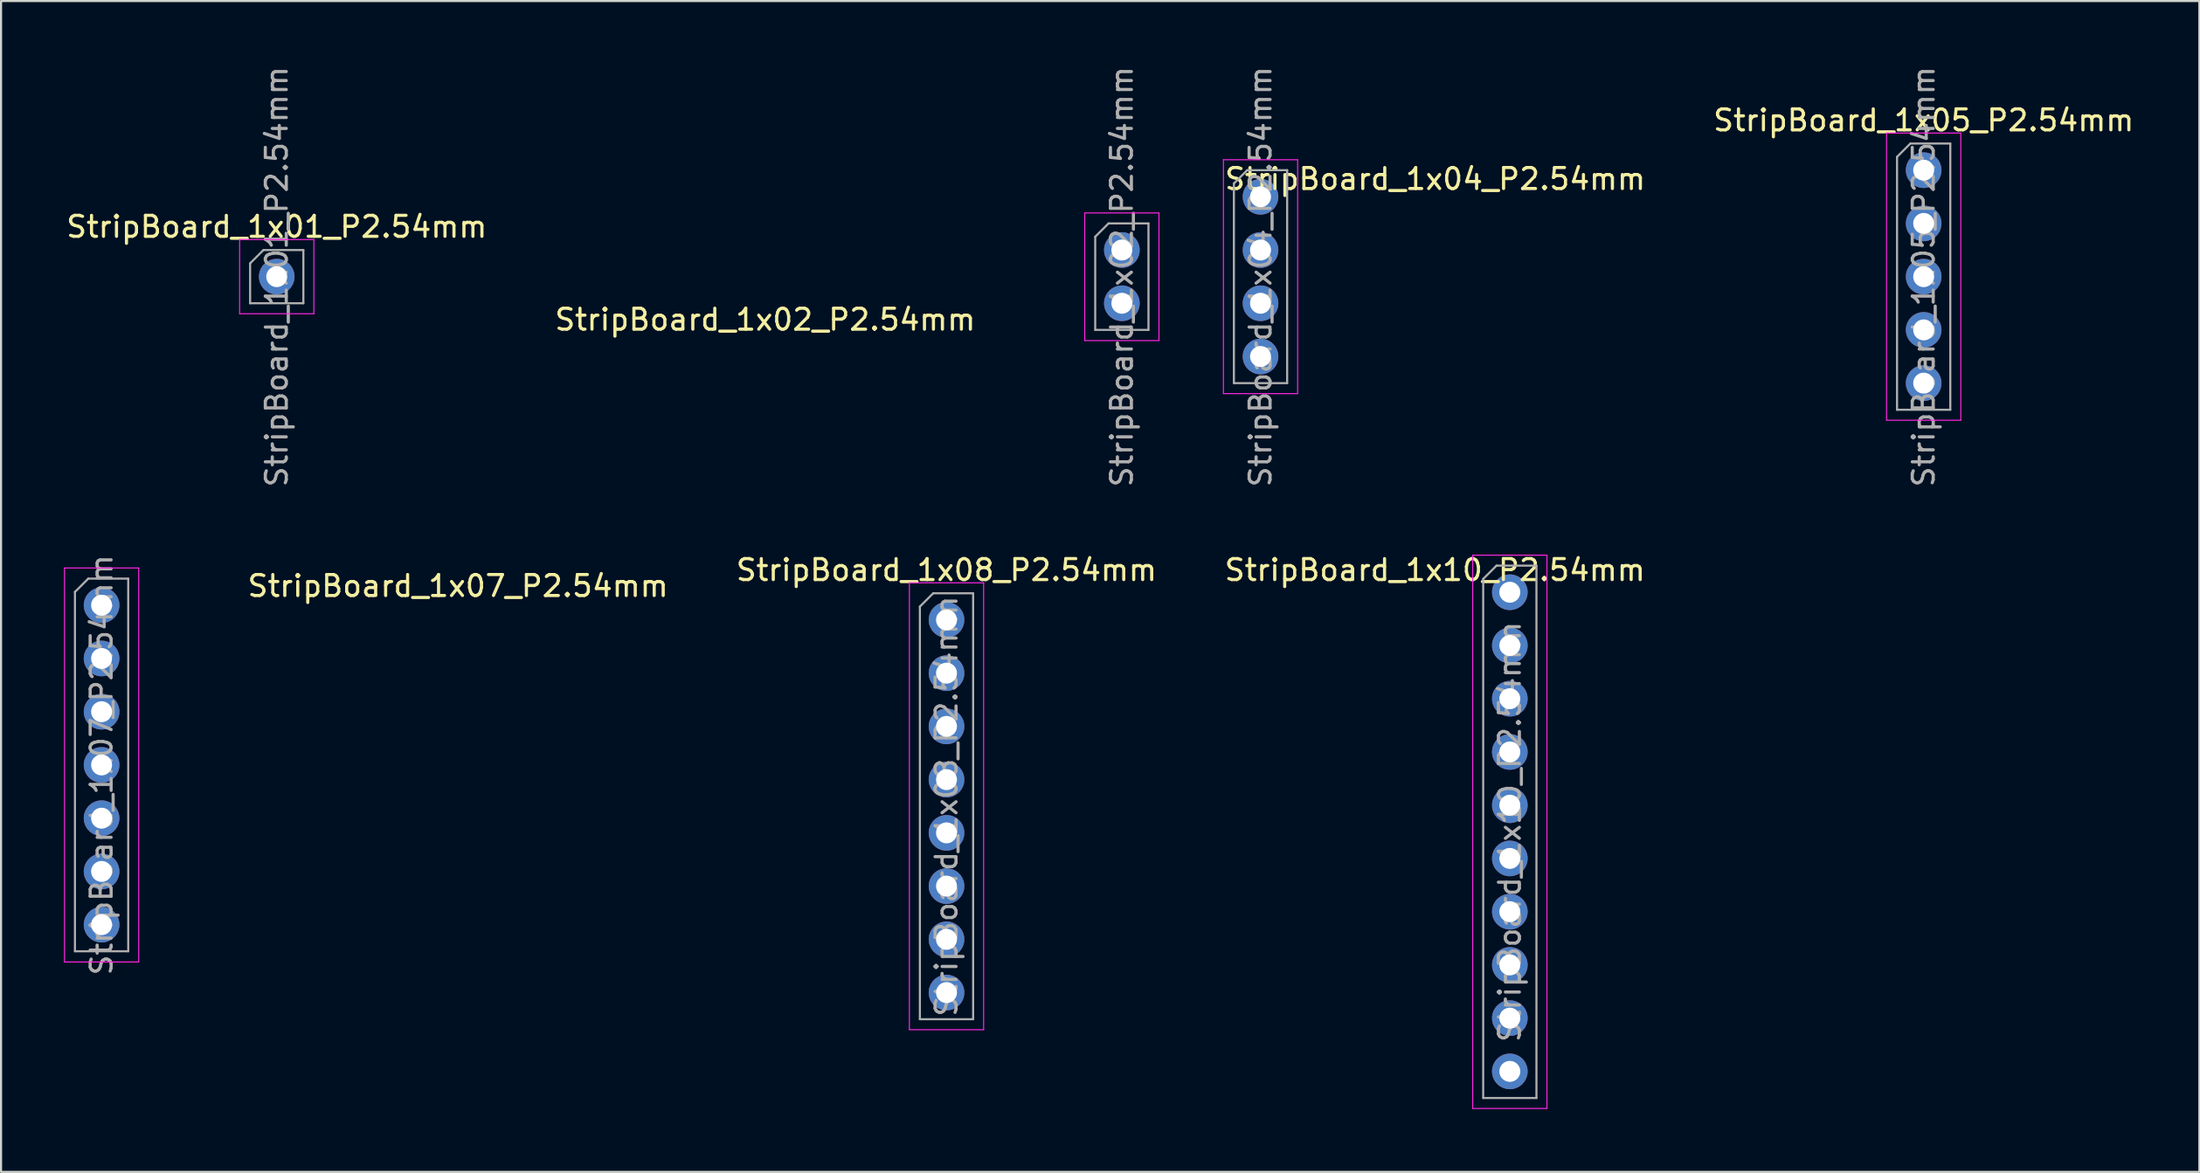
<source format=kicad_pcb>
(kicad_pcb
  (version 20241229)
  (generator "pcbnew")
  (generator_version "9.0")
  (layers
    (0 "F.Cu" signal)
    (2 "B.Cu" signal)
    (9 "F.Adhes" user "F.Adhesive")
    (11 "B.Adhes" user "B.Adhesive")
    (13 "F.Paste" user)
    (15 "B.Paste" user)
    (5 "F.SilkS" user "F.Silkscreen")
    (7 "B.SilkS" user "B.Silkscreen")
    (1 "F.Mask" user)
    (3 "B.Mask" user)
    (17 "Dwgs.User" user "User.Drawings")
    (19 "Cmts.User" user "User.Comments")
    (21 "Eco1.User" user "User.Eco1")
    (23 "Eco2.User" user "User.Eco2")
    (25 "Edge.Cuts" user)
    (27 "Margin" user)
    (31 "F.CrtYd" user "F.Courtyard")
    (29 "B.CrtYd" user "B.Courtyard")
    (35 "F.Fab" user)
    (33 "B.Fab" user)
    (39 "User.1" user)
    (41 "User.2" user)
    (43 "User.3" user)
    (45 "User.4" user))
  (footprint "StripBoard_1x10_P2.54mm"
    (layer "F.Cu")
    (at 68.96 25.206)
    (property "Reference" "StripBoard_1x10_P2.54mm" (at -3.57 -1.06 0) (layer "F.SilkS") (effects (font (size 1 1) (thickness 0.15))))
    (attr through_hole)
    (fp_line (start -1.77 -1.77) (end -1.77 24.63) (stroke (width 0.05) (type solid)) (layer "F.CrtYd"))
    (fp_line (start -1.77 24.63) (end 1.77 24.63) (stroke (width 0.05) (type solid)) (layer "F.CrtYd"))
    (fp_line (start 1.77 -1.77) (end -1.77 -1.77) (stroke (width 0.05) (type solid)) (layer "F.CrtYd"))
    (fp_line (start 1.77 24.63) (end 1.77 -1.77) (stroke (width 0.05) (type solid)) (layer "F.CrtYd"))
    (fp_line (start -1.27 -0.635) (end -0.635 -1.27) (stroke (width 0.1) (type solid)) (layer "F.Fab"))
    (fp_line (start -1.27 24.13) (end -1.27 -0.635) (stroke (width 0.1) (type solid)) (layer "F.Fab"))
    (fp_line (start -0.635 -1.27) (end 1.27 -1.27) (stroke (width 0.1) (type solid)) (layer "F.Fab"))
    (fp_line (start 1.27 -1.27) (end 1.27 24.13) (stroke (width 0.1) (type solid)) (layer "F.Fab"))
    (fp_line (start 1.27 24.13) (end -1.27 24.13) (stroke (width 0.1) (type solid)) (layer "F.Fab"))
    (fp_text user "${REFERENCE}" (at 0 11.43 270) (layer "F.Fab") (effects (font (size 1 1) (thickness 0.15))))
    (pad "1" thru_hole circle (at 0 0) (size 1.7 1.7) (drill 1) (layers "*.Cu" "*.Mask"))
    (pad "2" thru_hole circle (at 0 2.54) (size 1.7 1.7) (drill 1) (layers "*.Cu" "*.Mask"))
    (pad "3" thru_hole circle (at 0 5.08) (size 1.7 1.7) (drill 1) (layers "*.Cu" "*.Mask"))
    (pad "4" thru_hole circle (at 0 7.62) (size 1.7 1.7) (drill 1) (layers "*.Cu" "*.Mask"))
    (pad "5" thru_hole circle (at 0 10.16) (size 1.7 1.7) (drill 1) (layers "*.Cu" "*.Mask"))
    (pad "6" thru_hole circle (at 0 12.7) (size 1.7 1.7) (drill 1) (layers "*.Cu" "*.Mask"))
    (pad "7" thru_hole circle (at 0 15.24) (size 1.7 1.7) (drill 1) (layers "*.Cu" "*.Mask"))
    (pad "8" thru_hole circle (at 0 17.78) (size 1.7 1.7) (drill 1) (layers "*.Cu" "*.Mask"))
    (pad "9" thru_hole circle (at 0 20.32) (size 1.7 1.7) (drill 1) (layers "*.Cu" "*.Mask"))
    (pad "10" thru_hole circle (at 0 22.86) (size 1.7 1.7) (drill 1) (layers "*.Cu" "*.Mask")))
  (footprint "StripBoard_1x01_P2.54mm"
    (layer "F.Cu")
    (at 10.149 10.149)
    (property "Reference" "StripBoard_1x01_P2.54mm" (at 0 -2.38 0) (layer "F.SilkS") (effects (font (size 1 1) (thickness 0.15))))
    (attr through_hole)
    (fp_line (start -1.77 -1.77) (end -1.77 1.77) (stroke (width 0.05) (type solid)) (layer "F.CrtYd"))
    (fp_line (start -1.77 1.77) (end 1.77 1.77) (stroke (width 0.05) (type solid)) (layer "F.CrtYd"))
    (fp_line (start 1.77 -1.77) (end -1.77 -1.77) (stroke (width 0.05) (type solid)) (layer "F.CrtYd"))
    (fp_line (start 1.77 1.77) (end 1.77 -1.77) (stroke (width 0.05) (type solid)) (layer "F.CrtYd"))
    (fp_line (start -1.27 -0.635) (end -0.635 -1.27) (stroke (width 0.1) (type solid)) (layer "F.Fab"))
    (fp_line (start -1.27 1.27) (end -1.27 -0.635) (stroke (width 0.1) (type solid)) (layer "F.Fab"))
    (fp_line (start -0.635 -1.27) (end 1.27 -1.27) (stroke (width 0.1) (type solid)) (layer "F.Fab"))
    (fp_line (start 1.27 -1.27) (end 1.27 1.27) (stroke (width 0.1) (type solid)) (layer "F.Fab"))
    (fp_line (start 1.27 1.27) (end -1.27 1.27) (stroke (width 0.1) (type solid)) (layer "F.Fab"))
    (fp_text user "${REFERENCE}" (at 0 0 90) (layer "F.Fab") (effects (font (size 1 1) (thickness 0.15))))
    (pad "1" thru_hole circle (at 0 0) (size 1.7 1.7) (drill 1) (layers "*.Cu" "*.Mask")))
  (footprint "StripBoard_1x07_P2.54mm"
    (layer "F.Cu")
    (at 1.795 25.826)
    (property "Reference" "StripBoard_1x07_P2.54mm" (at 17 -0.92 0) (layer "F.SilkS") (effects (font (size 1 1) (thickness 0.15))))
    (attr through_hole)
    (fp_line (start -1.77 -1.78) (end -1.77 17.02) (stroke (width 0.05) (type solid)) (layer "F.CrtYd"))
    (fp_line (start -1.77 17.02) (end 1.77 17.02) (stroke (width 0.05) (type solid)) (layer "F.CrtYd"))
    (fp_line (start 1.77 -1.78) (end -1.77 -1.78) (stroke (width 0.05) (type solid)) (layer "F.CrtYd"))
    (fp_line (start 1.77 17.02) (end 1.77 -1.78) (stroke (width 0.05) (type solid)) (layer "F.CrtYd"))
    (fp_line (start -1.27 -0.635) (end -0.635 -1.27) (stroke (width 0.1) (type solid)) (layer "F.Fab"))
    (fp_line (start -1.27 16.51) (end -1.27 -0.635) (stroke (width 0.1) (type solid)) (layer "F.Fab"))
    (fp_line (start -0.635 -1.27) (end 1.27 -1.27) (stroke (width 0.1) (type solid)) (layer "F.Fab"))
    (fp_line (start 1.27 -1.27) (end 1.27 16.51) (stroke (width 0.1) (type solid)) (layer "F.Fab"))
    (fp_line (start 1.27 16.51) (end -1.27 16.51) (stroke (width 0.1) (type solid)) (layer "F.Fab"))
    (fp_text user "${REFERENCE}" (at 0 7.62 90) (layer "F.Fab") (effects (font (size 1 1) (thickness 0.15))))
    (pad "1" thru_hole circle (at 0 0) (size 1.7 1.7) (drill 1) (layers "*.Cu" "*.Mask"))
    (pad "2" thru_hole circle (at 0 2.54) (size 1.7 1.7) (drill 1) (layers "*.Cu" "*.Mask"))
    (pad "3" thru_hole circle (at 0 5.08) (size 1.7 1.7) (drill 1) (layers "*.Cu" "*.Mask"))
    (pad "4" thru_hole circle (at 0 7.62) (size 1.7 1.7) (drill 1) (layers "*.Cu" "*.Mask"))
    (pad "5" thru_hole circle (at 0 10.16) (size 1.7 1.7) (drill 1) (layers "*.Cu" "*.Mask"))
    (pad "6" thru_hole circle (at 0 12.7) (size 1.7 1.7) (drill 1) (layers "*.Cu" "*.Mask"))
    (pad "7" thru_hole circle (at 0 15.24) (size 1.7 1.7) (drill 1) (layers "*.Cu" "*.Mask")))
  (footprint "StripBoard_1x08_P2.54mm"
    (layer "F.Cu")
    (at 42.093 26.526)
    (property "Reference" "StripBoard_1x08_P2.54mm" (at 0 -2.38 0) (layer "F.SilkS") (effects (font (size 1 1) (thickness 0.15))))
    (attr through_hole)
    (fp_line (start -1.77 -1.77) (end -1.77 19.55) (stroke (width 0.05) (type solid)) (layer "F.CrtYd"))
    (fp_line (start -1.77 19.55) (end 1.77 19.55) (stroke (width 0.05) (type solid)) (layer "F.CrtYd"))
    (fp_line (start 1.77 -1.77) (end -1.77 -1.77) (stroke (width 0.05) (type solid)) (layer "F.CrtYd"))
    (fp_line (start 1.77 19.55) (end 1.77 -1.77) (stroke (width 0.05) (type solid)) (layer "F.CrtYd"))
    (fp_line (start -1.27 -0.635) (end -0.635 -1.27) (stroke (width 0.1) (type solid)) (layer "F.Fab"))
    (fp_line (start -1.27 19.05) (end -1.27 -0.635) (stroke (width 0.1) (type solid)) (layer "F.Fab"))
    (fp_line (start -0.635 -1.27) (end 1.27 -1.27) (stroke (width 0.1) (type solid)) (layer "F.Fab"))
    (fp_line (start 1.27 -1.27) (end 1.27 19.05) (stroke (width 0.1) (type solid)) (layer "F.Fab"))
    (fp_line (start 1.27 19.05) (end -1.27 19.05) (stroke (width 0.1) (type solid)) (layer "F.Fab"))
    (fp_text user "${REFERENCE}" (at 0 8.89 270) (layer "F.Fab") (effects (font (size 1 1) (thickness 0.15))))
    (pad "1" thru_hole circle (at 0 0) (size 1.7 1.7) (drill 1) (layers "*.Cu" "*.Mask"))
    (pad "2" thru_hole circle (at 0 2.54) (size 1.7 1.7) (drill 1) (layers "*.Cu" "*.Mask"))
    (pad "3" thru_hole circle (at 0 5.08) (size 1.7 1.7) (drill 1) (layers "*.Cu" "*.Mask"))
    (pad "4" thru_hole circle (at 0 7.62) (size 1.7 1.7) (drill 1) (layers "*.Cu" "*.Mask"))
    (pad "5" thru_hole circle (at 0 10.16) (size 1.7 1.7) (drill 1) (layers "*.Cu" "*.Mask"))
    (pad "6" thru_hole circle (at 0 12.7) (size 1.7 1.7) (drill 1) (layers "*.Cu" "*.Mask"))
    (pad "7" thru_hole circle (at 0 15.24) (size 1.7 1.7) (drill 1) (layers "*.Cu" "*.Mask"))
    (pad "8" thru_hole circle (at 0 17.78) (size 1.7 1.7) (drill 1) (layers "*.Cu" "*.Mask")))
  (footprint "StripBoard_1x05_P2.54mm"
    (layer "F.Cu")
    (at 88.698 5.069)
    (property "Reference" "StripBoard_1x05_P2.54mm" (at 0 -2.38 0) (layer "F.SilkS") (effects (font (size 1 1) (thickness 0.15))))
    (attr through_hole)
    (fp_line (start -1.77 -1.77) (end -1.77 11.93) (stroke (width 0.05) (type solid)) (layer "F.CrtYd"))
    (fp_line (start -1.77 11.93) (end 1.77 11.93) (stroke (width 0.05) (type solid)) (layer "F.CrtYd"))
    (fp_line (start 1.77 -1.77) (end -1.77 -1.77) (stroke (width 0.05) (type solid)) (layer "F.CrtYd"))
    (fp_line (start 1.77 11.93) (end 1.77 -1.77) (stroke (width 0.05) (type solid)) (layer "F.CrtYd"))
    (fp_line (start -1.27 -0.635) (end -0.635 -1.27) (stroke (width 0.1) (type solid)) (layer "F.Fab"))
    (fp_line (start -1.27 11.43) (end -1.27 -0.635) (stroke (width 0.1) (type solid)) (layer "F.Fab"))
    (fp_line (start -0.635 -1.27) (end 1.27 -1.27) (stroke (width 0.1) (type solid)) (layer "F.Fab"))
    (fp_line (start 1.27 -1.27) (end 1.27 11.43) (stroke (width 0.1) (type solid)) (layer "F.Fab"))
    (fp_line (start 1.27 11.43) (end -1.27 11.43) (stroke (width 0.1) (type solid)) (layer "F.Fab"))
    (fp_text user "${REFERENCE}" (at 0 5.08 90) (layer "F.Fab") (effects (font (size 1 1) (thickness 0.15))))
    (pad "1" thru_hole circle (at 0 0) (size 1.7 1.7) (drill 1) (layers "*.Cu" "*.Mask"))
    (pad "2" thru_hole circle (at 0 2.54) (size 1.7 1.7) (drill 1) (layers "*.Cu" "*.Mask"))
    (pad "3" thru_hole circle (at 0 5.08) (size 1.7 1.7) (drill 1) (layers "*.Cu" "*.Mask"))
    (pad "4" thru_hole circle (at 0 7.62) (size 1.7 1.7) (drill 1) (layers "*.Cu" "*.Mask"))
    (pad "5" thru_hole circle (at 0 10.16) (size 1.7 1.7) (drill 1) (layers "*.Cu" "*.Mask")))
  (footprint "StripBoard_1x04_P2.54mm"
    (layer "F.Cu")
    (at 57.07 6.339)
    (property "Reference" "StripBoard_1x04_P2.54mm" (at 8.33 -0.85 0) (layer "F.SilkS") (effects (font (size 1 1) (thickness 0.15))))
    (attr through_hole)
    (fp_line (start -1.77 -1.77) (end -1.77 9.39) (stroke (width 0.05) (type solid)) (layer "F.CrtYd"))
    (fp_line (start -1.77 9.39) (end 1.77 9.39) (stroke (width 0.05) (type solid)) (layer "F.CrtYd"))
    (fp_line (start 1.77 -1.77) (end -1.77 -1.77) (stroke (width 0.05) (type solid)) (layer "F.CrtYd"))
    (fp_line (start 1.77 9.39) (end 1.77 -1.77) (stroke (width 0.05) (type solid)) (layer "F.CrtYd"))
    (fp_line (start -1.27 -0.635) (end -0.635 -1.27) (stroke (width 0.1) (type solid)) (layer "F.Fab"))
    (fp_line (start -1.27 8.89) (end -1.27 -0.635) (stroke (width 0.1) (type solid)) (layer "F.Fab"))
    (fp_line (start -0.635 -1.27) (end 1.27 -1.27) (stroke (width 0.1) (type solid)) (layer "F.Fab"))
    (fp_line (start 1.27 -1.27) (end 1.27 8.89) (stroke (width 0.1) (type solid)) (layer "F.Fab"))
    (fp_line (start 1.27 8.89) (end -1.27 8.89) (stroke (width 0.1) (type solid)) (layer "F.Fab"))
    (fp_text user "${REFERENCE}" (at 0 3.81 90) (layer "F.Fab") (effects (font (size 1 1) (thickness 0.15))))
    (pad "1" thru_hole circle (at 0 0) (size 1.7 1.7) (drill 1) (layers "*.Cu" "*.Mask"))
    (pad "2" thru_hole circle (at 0 2.54) (size 1.7 1.7) (drill 1) (layers "*.Cu" "*.Mask"))
    (pad "3" thru_hole circle (at 0 5.08) (size 1.7 1.7) (drill 1) (layers "*.Cu" "*.Mask"))
    (pad "4" thru_hole circle (at 0 7.62) (size 1.7 1.7) (drill 1) (layers "*.Cu" "*.Mask")))
  (footprint "StripBoard_1x02_P2.54mm"
    (layer "F.Cu")
    (at 50.456 8.879)
    (property "Reference" "StripBoard_1x02_P2.54mm" (at -17.01 3.32 180) (layer "F.SilkS") (effects (font (size 1 1) (thickness 0.15))))
    (attr through_hole)
    (fp_line (start -1.77 -1.77) (end -1.77 4.32) (stroke (width 0.05) (type solid)) (layer "F.CrtYd"))
    (fp_line (start -1.77 4.32) (end 1.77 4.32) (stroke (width 0.05) (type solid)) (layer "F.CrtYd"))
    (fp_line (start 1.77 -1.77) (end -1.77 -1.77) (stroke (width 0.05) (type solid)) (layer "F.CrtYd"))
    (fp_line (start 1.77 4.32) (end 1.77 -1.77) (stroke (width 0.05) (type solid)) (layer "F.CrtYd"))
    (fp_line (start -1.27 -0.635) (end -0.635 -1.27) (stroke (width 0.1) (type solid)) (layer "F.Fab"))
    (fp_line (start -1.27 3.81) (end -1.27 -0.635) (stroke (width 0.1) (type solid)) (layer "F.Fab"))
    (fp_line (start -0.635 -1.27) (end 1.27 -1.27) (stroke (width 0.1) (type solid)) (layer "F.Fab"))
    (fp_line (start 1.27 -1.27) (end 1.27 3.81) (stroke (width 0.1) (type solid)) (layer "F.Fab"))
    (fp_line (start 1.27 3.81) (end -1.27 3.81) (stroke (width 0.1) (type solid)) (layer "F.Fab"))
    (fp_text user "${REFERENCE}" (at 0 1.27 270) (layer "F.Fab") (effects (font (size 1 1) (thickness 0.15))))
    (pad "1" thru_hole circle (at 0 0) (size 1.7 1.7) (drill 1) (layers "*.Cu" "*.Mask"))
    (pad "2" thru_hole circle (at 0 2.54) (size 1.7 1.7) (drill 1) (layers "*.Cu" "*.Mask")))
  (gr_rect
    (start -3 -3)
    (end 101.847 52.861)
    (stroke (width 0.1) (type default))
    (fill no)
    (layer "Edge.Cuts")))
</source>
